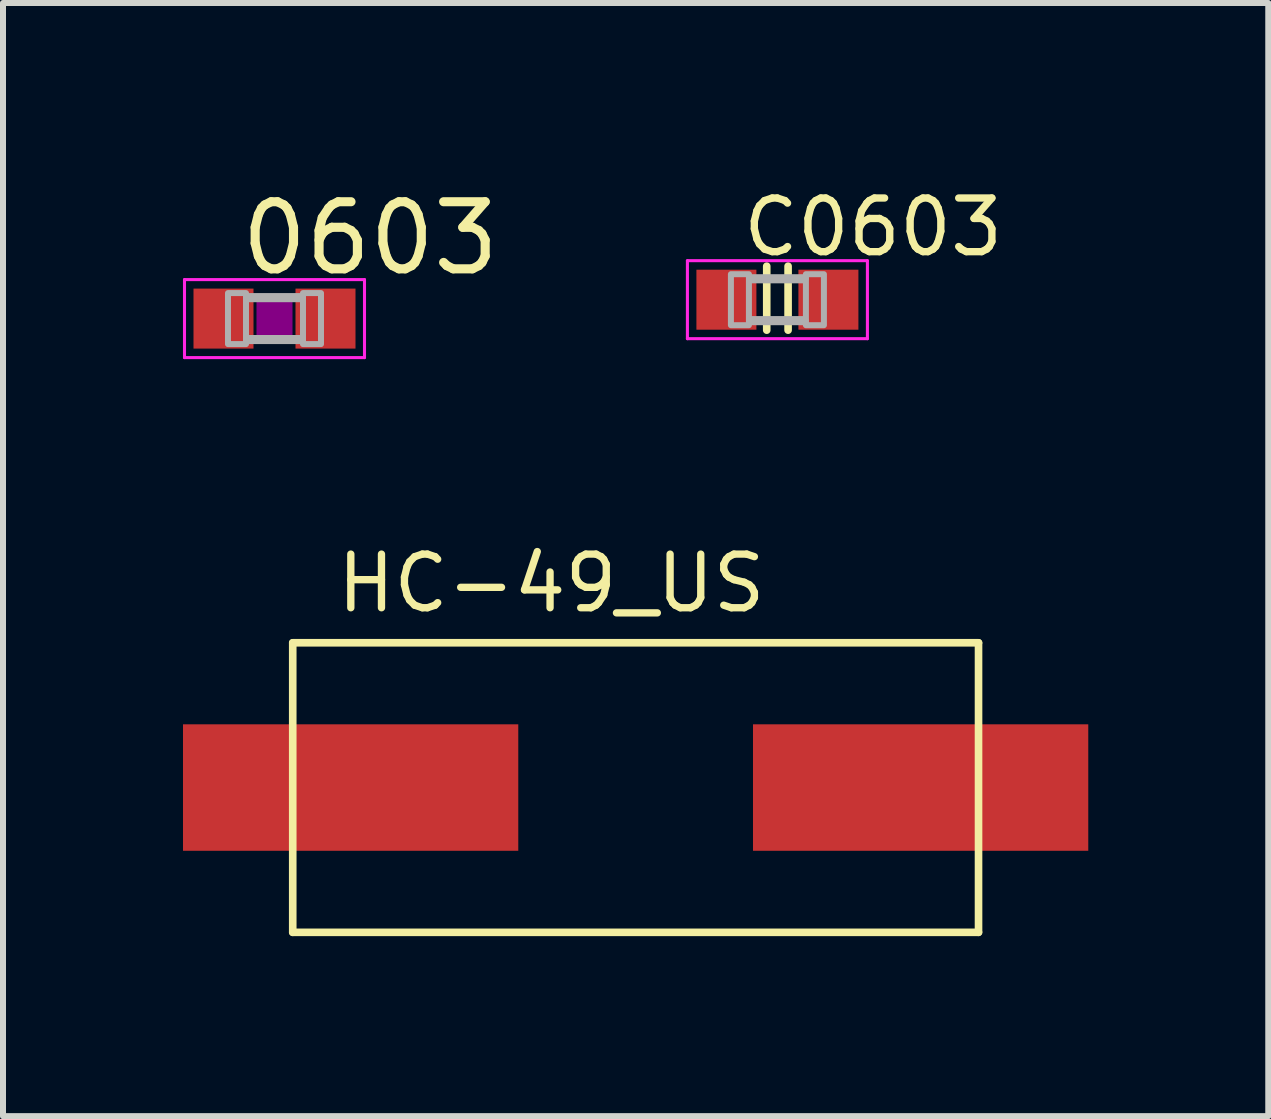
<source format=kicad_pcb>
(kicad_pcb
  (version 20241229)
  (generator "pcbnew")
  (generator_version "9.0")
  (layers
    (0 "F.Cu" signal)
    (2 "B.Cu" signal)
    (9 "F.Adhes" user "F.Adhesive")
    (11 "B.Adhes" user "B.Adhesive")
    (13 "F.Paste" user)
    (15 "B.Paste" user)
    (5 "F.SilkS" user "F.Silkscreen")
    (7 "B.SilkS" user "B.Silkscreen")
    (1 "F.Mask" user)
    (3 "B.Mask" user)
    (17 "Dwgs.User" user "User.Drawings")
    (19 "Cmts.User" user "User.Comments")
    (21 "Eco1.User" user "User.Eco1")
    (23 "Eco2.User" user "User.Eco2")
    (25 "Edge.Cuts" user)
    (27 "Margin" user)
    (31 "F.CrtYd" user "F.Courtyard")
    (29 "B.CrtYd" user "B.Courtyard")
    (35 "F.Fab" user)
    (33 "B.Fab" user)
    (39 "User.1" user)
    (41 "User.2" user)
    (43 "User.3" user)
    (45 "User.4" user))
  (footprint "C0603"
    (layer "F.Cu")
    (at 9.907 1.945)
    (property "Reference" "C0603" (at -0.635 -0.685 0) (unlocked yes) (layer "F.SilkS") (effects (font (size 0.894 0.894) (thickness 0.122)) (justify left bottom)))
    (fp_line (start -0.178 -0.559) (end -0.178 0.508) (stroke (width 0.127) (type solid)) (layer "F.SilkS"))
    (fp_line (start 0.178 -0.559) (end 0.178 0.508) (stroke (width 0.127) (type solid)) (layer "F.SilkS"))
    (fp_line (start -1.5 -0.65) (end 1.5 -0.65) (stroke (width 0.051) (type solid)) (layer "F.CrtYd"))
    (fp_line (start -1.5 0.65) (end -1.5 -0.65) (stroke (width 0.051) (type solid)) (layer "F.CrtYd"))
    (fp_line (start 1.5 -0.65) (end 1.5 0.65) (stroke (width 0.051) (type solid)) (layer "F.CrtYd"))
    (fp_line (start 1.5 0.65) (end -1.5 0.65) (stroke (width 0.051) (type solid)) (layer "F.CrtYd"))
    (fp_line (start -0.445 -0.349) (end 0.445 -0.349) (stroke (width 0.152) (type solid)) (layer "F.Fab"))
    (fp_line (start 0.445 0.349) (end -0.445 0.349) (stroke (width 0.152) (type solid)) (layer "F.Fab"))
    (fp_poly (pts (xy -0.775 0.425) (xy -0.475 0.425) (xy -0.475 -0.425) (xy -0.775 -0.425)) (stroke (width 0.1) (type default)) (fill no) (layer "F.Fab"))
    (fp_poly (pts (xy 0.475 0.425) (xy 0.775 0.425) (xy 0.775 -0.425) (xy 0.475 -0.425)) (stroke (width 0.1) (type default)) (fill no) (layer "F.Fab"))
    (pad "1" smd rect (at -0.85 0) (size 1 1) (layers "F.Cu" "F.Mask" "F.Paste"))
    (pad "2" smd rect (at 0.85 0) (size 1 1) (layers "F.Cu" "F.Mask" "F.Paste")))
  (footprint "HC-49_US"
    (layer "F.Cu")
    (at 7.544 10.076)
    (property "Reference" "HC-49_US" (at -5.04 -2.881 0) (unlocked yes) (layer "F.SilkS") (effects (font (size 0.894 0.894) (thickness 0.122)) (justify left bottom)))
    (fp_line (start -5.715 -2.413) (end 5.715 -2.413) (stroke (width 0.127) (type solid)) (layer "F.SilkS"))
    (fp_line (start -5.715 2.413) (end -5.715 -2.413) (stroke (width 0.127) (type solid)) (layer "F.SilkS"))
    (fp_line (start 5.715 -2.413) (end 5.715 2.413) (stroke (width 0.127) (type solid)) (layer "F.SilkS"))
    (fp_line (start 5.715 2.413) (end -5.715 2.413) (stroke (width 0.127) (type solid)) (layer "F.SilkS"))
    (pad "1" smd rect (at -4.75 0) (size 5.588 2.108) (layers "F.Cu" "F.Mask" "F.Paste"))
    (pad "2" smd rect (at 4.75 0) (size 5.588 2.108) (layers "F.Cu" "F.Mask" "F.Paste")))
  (footprint "0603"
    (layer "F.Cu")
    (at 1.525 2.26)
    (property "Reference" "0603" (at -0.635 -0.685 0) (unlocked yes) (layer "F.SilkS") (effects (font (size 1.118 1.118) (thickness 0.152)) (justify left bottom)))
    (fp_poly (pts (xy -0.3 0.4) (xy 0.3 0.4) (xy 0.3 -0.4) (xy -0.3 -0.4)) (stroke (width 0) (type default)) (fill yes) (layer "F.Adhes"))
    (fp_line (start -1.5 -0.65) (end 1.5 -0.65) (stroke (width 0.051) (type solid)) (layer "F.CrtYd"))
    (fp_line (start -1.5 0.65) (end -1.5 -0.65) (stroke (width 0.051) (type solid)) (layer "F.CrtYd"))
    (fp_line (start 1.5 -0.65) (end 1.5 0.65) (stroke (width 0.051) (type solid)) (layer "F.CrtYd"))
    (fp_line (start 1.5 0.65) (end -1.5 0.65) (stroke (width 0.051) (type solid)) (layer "F.CrtYd"))
    (fp_line (start -0.445 -0.349) (end 0.445 -0.349) (stroke (width 0.152) (type solid)) (layer "F.Fab"))
    (fp_line (start 0.445 0.349) (end -0.445 0.349) (stroke (width 0.152) (type solid)) (layer "F.Fab"))
    (fp_poly (pts (xy -0.775 0.425) (xy -0.475 0.425) (xy -0.475 -0.425) (xy -0.775 -0.425)) (stroke (width 0.1) (type default)) (fill no) (layer "F.Fab"))
    (fp_poly (pts (xy 0.475 0.425) (xy 0.775 0.425) (xy 0.775 -0.425) (xy 0.475 -0.425)) (stroke (width 0.1) (type default)) (fill no) (layer "F.Fab"))
    (pad "1" smd rect (at -0.85 0) (size 1 1) (layers "F.Cu" "F.Mask" "F.Paste"))
    (pad "2" smd rect (at 0.85 0) (size 1 1) (layers "F.Cu" "F.Mask" "F.Paste")))
  (gr_rect
    (start -3 -3)
    (end 18.088 15.553)
    (stroke (width 0.1) (type default))
    (fill no)
    (layer "Edge.Cuts")))
</source>
